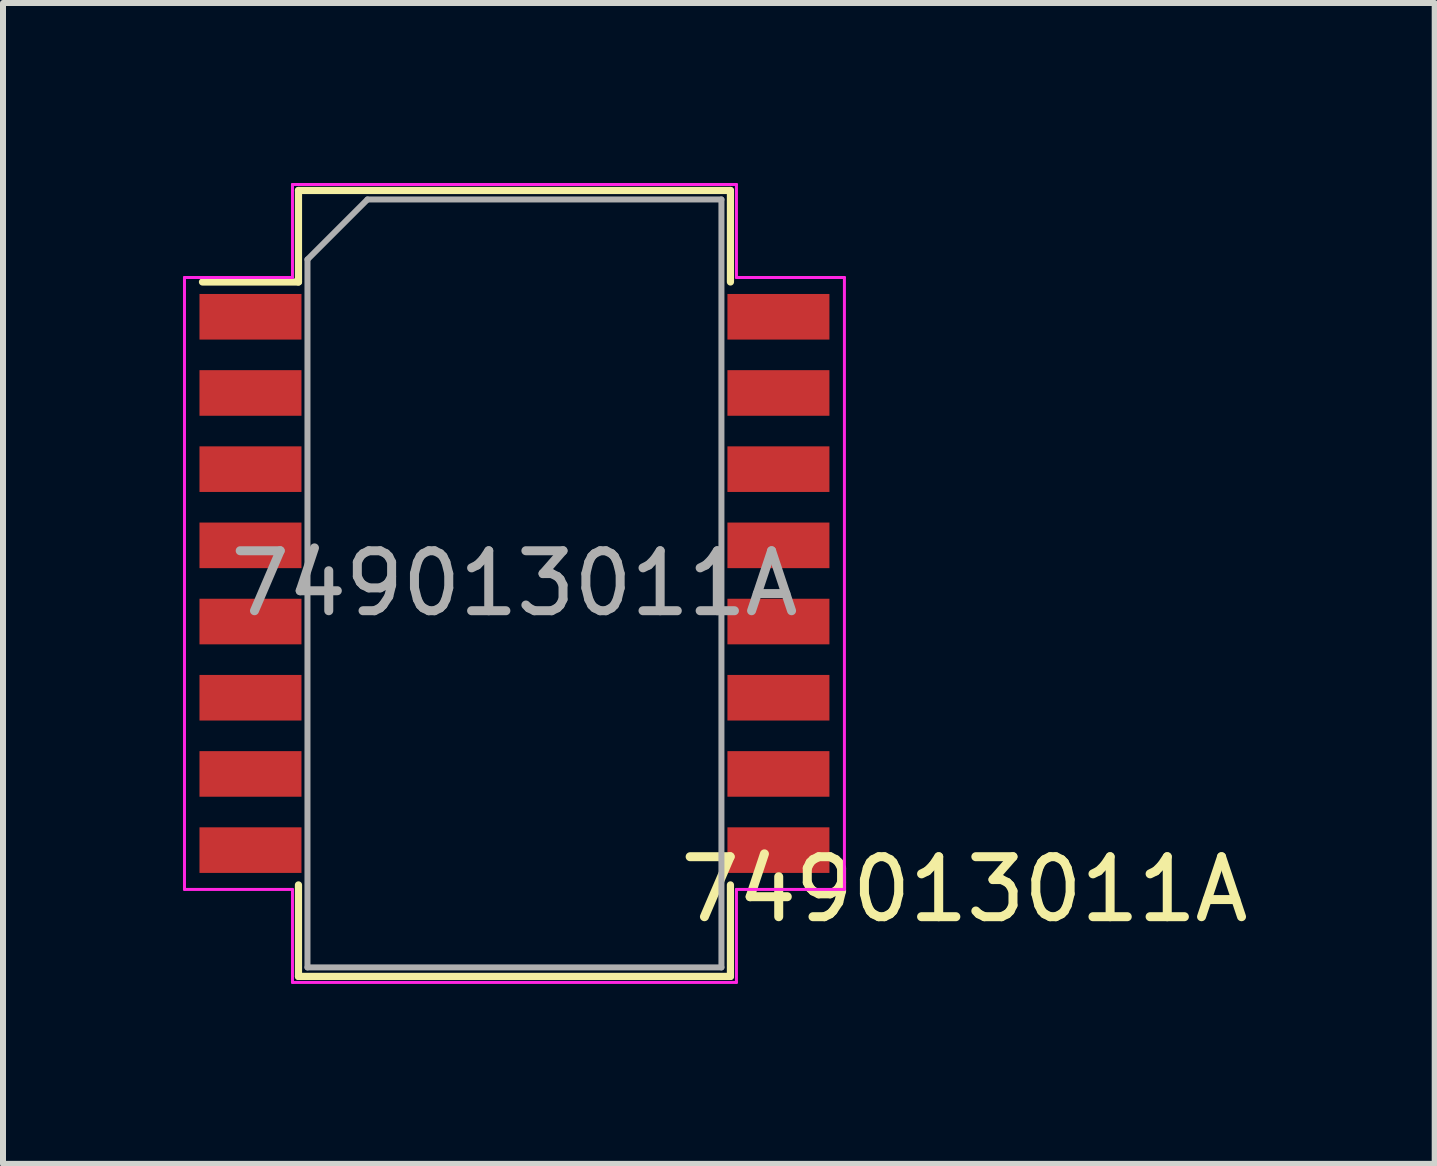
<source format=kicad_pcb>
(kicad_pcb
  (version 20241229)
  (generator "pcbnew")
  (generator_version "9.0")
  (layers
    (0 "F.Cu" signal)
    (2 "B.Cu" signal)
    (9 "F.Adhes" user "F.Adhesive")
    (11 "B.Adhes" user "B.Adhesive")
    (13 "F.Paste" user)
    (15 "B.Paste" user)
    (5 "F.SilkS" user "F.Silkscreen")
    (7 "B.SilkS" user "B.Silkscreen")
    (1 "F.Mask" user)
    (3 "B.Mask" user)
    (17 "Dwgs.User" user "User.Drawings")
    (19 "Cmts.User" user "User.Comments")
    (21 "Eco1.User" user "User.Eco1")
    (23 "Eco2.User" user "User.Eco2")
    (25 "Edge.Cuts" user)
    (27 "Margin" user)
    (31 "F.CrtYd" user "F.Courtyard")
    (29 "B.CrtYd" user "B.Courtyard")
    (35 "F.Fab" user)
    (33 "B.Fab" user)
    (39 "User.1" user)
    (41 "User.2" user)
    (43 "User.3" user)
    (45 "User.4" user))
  (footprint "749013011A"
    (layer "F.Cu")
    (at 5.525 6.675)
    (property "Reference" "749013011A" (at 7.5 5.1 0) (layer "F.SilkS") (effects (font (size 1 1) (thickness 0.15))))
    (attr smd)
    (fp_line (start -5.2 -5.025) (end -3.6 -5.025) (stroke (width 0.12) (type solid)) (layer "F.SilkS"))
    (fp_line (start -3.6 -6.55) (end 3.6 -6.55) (stroke (width 0.12) (type solid)) (layer "F.SilkS"))
    (fp_line (start -3.6 -5.025) (end -3.6 -6.55) (stroke (width 0.12) (type solid)) (layer "F.SilkS"))
    (fp_line (start -3.6 5.025) (end -3.6 6.55) (stroke (width 0.12) (type solid)) (layer "F.SilkS"))
    (fp_line (start -3.6 6.55) (end 3.6 6.55) (stroke (width 0.12) (type solid)) (layer "F.SilkS"))
    (fp_line (start 3.6 -6.55) (end 3.6 -5.025) (stroke (width 0.12) (type solid)) (layer "F.SilkS"))
    (fp_line (start 3.6 6.55) (end 3.6 5.025) (stroke (width 0.12) (type solid)) (layer "F.SilkS"))
    (fp_line (start -5.5 -5.1) (end -5.5 5.1) (stroke (width 0.05) (type solid)) (layer "F.CrtYd"))
    (fp_line (start -5.5 5.1) (end -3.7 5.1) (stroke (width 0.05) (type solid)) (layer "F.CrtYd"))
    (fp_line (start -3.7 -6.65) (end 3.7 -6.65) (stroke (width 0.05) (type solid)) (layer "F.CrtYd"))
    (fp_line (start -3.7 -5.1) (end -5.5 -5.1) (stroke (width 0.05) (type solid)) (layer "F.CrtYd"))
    (fp_line (start -3.7 -5.1) (end -3.7 -6.65) (stroke (width 0.05) (type solid)) (layer "F.CrtYd"))
    (fp_line (start -3.7 5.1) (end -3.7 6.65) (stroke (width 0.05) (type solid)) (layer "F.CrtYd"))
    (fp_line (start -3.7 6.65) (end 3.7 6.65) (stroke (width 0.05) (type solid)) (layer "F.CrtYd"))
    (fp_line (start 3.7 -5.1) (end 3.7 -6.65) (stroke (width 0.05) (type solid)) (layer "F.CrtYd"))
    (fp_line (start 3.7 5.1) (end 5.5 5.1) (stroke (width 0.05) (type solid)) (layer "F.CrtYd"))
    (fp_line (start 3.7 6.65) (end 3.7 5.1) (stroke (width 0.05) (type solid)) (layer "F.CrtYd"))
    (fp_line (start 5.5 -5.1) (end 3.7 -5.1) (stroke (width 0.05) (type solid)) (layer "F.CrtYd"))
    (fp_line (start 5.5 5.1) (end 5.5 -5.1) (stroke (width 0.05) (type solid)) (layer "F.CrtYd"))
    (fp_line (start -3.45 -5.4) (end -3.45 6.4) (stroke (width 0.1) (type solid)) (layer "F.Fab"))
    (fp_line (start -3.45 6.4) (end 3.45 6.4) (stroke (width 0.1) (type solid)) (layer "F.Fab"))
    (fp_line (start -2.45 -6.4) (end -3.45 -5.4) (stroke (width 0.1) (type solid)) (layer "F.Fab"))
    (fp_line (start 3.45 -6.4) (end -2.45 -6.4) (stroke (width 0.1) (type solid)) (layer "F.Fab"))
    (fp_line (start 3.45 6.4) (end 3.45 -6.4) (stroke (width 0.1) (type solid)) (layer "F.Fab"))
    (fp_text user "${REFERENCE}" (at 0 0 0) (layer "F.Fab") (effects (font (size 1 1) (thickness 0.15))))
    (pad "1" smd rect (at -4.4 -4.445) (size 1.7 0.76) (layers "F.Cu" "F.Mask" "F.Paste"))
    (pad "2" smd rect (at -4.4 -3.175) (size 1.7 0.76) (layers "F.Cu" "F.Mask" "F.Paste"))
    (pad "3" smd rect (at -4.4 -1.905) (size 1.7 0.76) (layers "F.Cu" "F.Mask" "F.Paste"))
    (pad "4" smd rect (at -4.4 -0.635) (size 1.7 0.76) (layers "F.Cu" "F.Mask" "F.Paste"))
    (pad "5" smd rect (at -4.4 0.635) (size 1.7 0.76) (layers "F.Cu" "F.Mask" "F.Paste"))
    (pad "6" smd rect (at -4.4 1.905) (size 1.7 0.76) (layers "F.Cu" "F.Mask" "F.Paste"))
    (pad "7" smd rect (at -4.4 3.175) (size 1.7 0.76) (layers "F.Cu" "F.Mask" "F.Paste"))
    (pad "8" smd rect (at -4.4 4.445) (size 1.7 0.76) (layers "F.Cu" "F.Mask" "F.Paste"))
    (pad "9" smd rect (at 4.4 4.445) (size 1.7 0.76) (layers "F.Cu" "F.Mask" "F.Paste"))
    (pad "10" smd rect (at 4.4 3.175) (size 1.7 0.76) (layers "F.Cu" "F.Mask" "F.Paste"))
    (pad "11" smd rect (at 4.4 1.905) (size 1.7 0.76) (layers "F.Cu" "F.Mask" "F.Paste"))
    (pad "12" smd rect (at 4.4 0.635) (size 1.7 0.76) (layers "F.Cu" "F.Mask" "F.Paste"))
    (pad "13" smd rect (at 4.4 -0.635) (size 1.7 0.76) (layers "F.Cu" "F.Mask" "F.Paste"))
    (pad "14" smd rect (at 4.4 -1.905) (size 1.7 0.76) (layers "F.Cu" "F.Mask" "F.Paste"))
    (pad "15" smd rect (at 4.4 -3.175) (size 1.7 0.76) (layers "F.Cu" "F.Mask" "F.Paste"))
    (pad "16" smd rect (at 4.4 -4.445) (size 1.7 0.76) (layers "F.Cu" "F.Mask" "F.Paste")))
  (gr_rect
    (start -3 -3)
    (end 20.864 16.35)
    (stroke (width 0.1) (type default))
    (fill no)
    (layer "Edge.Cuts")))
</source>
